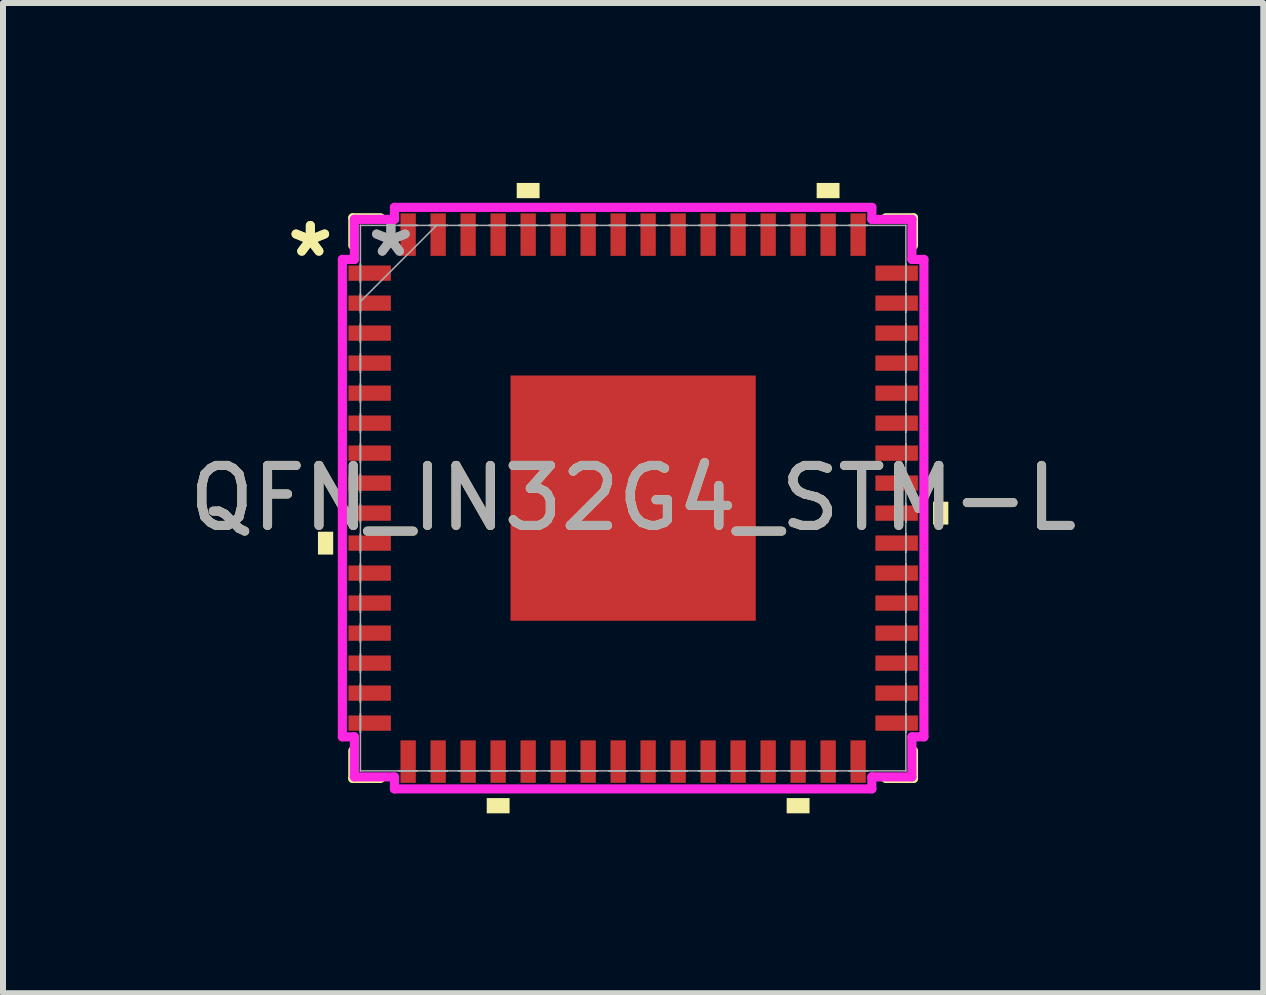
<source format=kicad_pcb>
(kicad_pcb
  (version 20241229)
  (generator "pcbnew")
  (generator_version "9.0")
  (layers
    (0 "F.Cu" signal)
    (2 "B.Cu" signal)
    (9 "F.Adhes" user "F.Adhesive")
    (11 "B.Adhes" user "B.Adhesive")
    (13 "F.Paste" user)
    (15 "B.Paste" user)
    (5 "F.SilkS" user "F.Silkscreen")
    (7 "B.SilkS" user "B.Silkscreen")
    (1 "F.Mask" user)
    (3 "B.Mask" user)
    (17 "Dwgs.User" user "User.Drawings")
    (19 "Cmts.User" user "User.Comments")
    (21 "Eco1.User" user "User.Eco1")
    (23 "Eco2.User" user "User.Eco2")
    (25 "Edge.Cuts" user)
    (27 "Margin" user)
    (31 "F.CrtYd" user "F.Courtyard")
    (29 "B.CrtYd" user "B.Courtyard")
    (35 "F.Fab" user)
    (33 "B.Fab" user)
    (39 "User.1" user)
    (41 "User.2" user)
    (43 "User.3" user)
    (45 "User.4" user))
  (footprint "QFN_IN32G4_STM-L"
    (layer "F.Cu")
    (at 7.506 5.255)
    (property "Reference" "QFN_IN32G4_STM-L" (at 0 0 0) (unlocked yes) (layer "F.SilkS") (effects (font (size 1 1) (thickness 0.15))))
    (attr smd)
    (fp_line (start -4.674 -4.674) (end -4.674 -4.211) (stroke (width 0.152) (type solid)) (layer "F.SilkS"))
    (fp_line (start -4.674 4.211) (end -4.674 4.674) (stroke (width 0.152) (type solid)) (layer "F.SilkS"))
    (fp_line (start -4.674 4.674) (end -4.211 4.674) (stroke (width 0.152) (type solid)) (layer "F.SilkS"))
    (fp_line (start -4.211 -4.674) (end -4.674 -4.674) (stroke (width 0.152) (type solid)) (layer "F.SilkS"))
    (fp_line (start 4.211 4.674) (end 4.674 4.674) (stroke (width 0.152) (type solid)) (layer "F.SilkS"))
    (fp_line (start 4.674 -4.674) (end 4.211 -4.674) (stroke (width 0.152) (type solid)) (layer "F.SilkS"))
    (fp_line (start 4.674 -4.211) (end 4.674 -4.674) (stroke (width 0.152) (type solid)) (layer "F.SilkS"))
    (fp_line (start 4.674 4.674) (end 4.674 4.211) (stroke (width 0.152) (type solid)) (layer "F.SilkS"))
    (fp_poly (pts (xy -5.255 0.56) (xy -5.255 0.941) (xy -5.001 0.941) (xy -5.001 0.56)) (stroke (width 0) (type solid)) (fill yes) (layer "F.SilkS"))
    (fp_poly (pts (xy -2.441 5.001) (xy -2.441 5.255) (xy -2.06 5.255) (xy -2.06 5.001)) (stroke (width 0) (type solid)) (fill yes) (layer "F.SilkS"))
    (fp_poly (pts (xy -1.941 -5.001) (xy -1.941 -5.255) (xy -1.56 -5.255) (xy -1.56 -5.001)) (stroke (width 0) (type solid)) (fill yes) (layer "F.SilkS"))
    (fp_poly (pts (xy 2.56 5.001) (xy 2.56 5.255) (xy 2.941 5.255) (xy 2.941 5.001)) (stroke (width 0) (type solid)) (fill yes) (layer "F.SilkS"))
    (fp_poly (pts (xy 3.06 -5.001) (xy 3.06 -5.255) (xy 3.441 -5.255) (xy 3.441 -5.001)) (stroke (width 0) (type solid)) (fill yes) (layer "F.SilkS"))
    (fp_poly (pts (xy 5.255 0.06) (xy 5.255 0.441) (xy 5.001 0.441) (xy 5.001 0.06)) (stroke (width 0) (type solid)) (fill yes) (layer "F.SilkS"))
    (fp_poly (pts (xy -1.945 -1.945) (xy -1.945 -0.782) (xy -0.782 -0.782) (xy -0.782 -1.945)) (stroke (width 0) (type solid)) (fill yes) (layer "F.Paste"))
    (fp_poly (pts (xy -1.945 -0.582) (xy -1.945 0.582) (xy -0.782 0.582) (xy -0.782 -0.582)) (stroke (width 0) (type solid)) (fill yes) (layer "F.Paste"))
    (fp_poly (pts (xy -1.945 0.782) (xy -1.945 1.945) (xy -0.782 1.945) (xy -0.782 0.782)) (stroke (width 0) (type solid)) (fill yes) (layer "F.Paste"))
    (fp_poly (pts (xy -0.582 -1.945) (xy -0.582 -0.782) (xy 0.582 -0.782) (xy 0.582 -1.945)) (stroke (width 0) (type solid)) (fill yes) (layer "F.Paste"))
    (fp_poly (pts (xy -0.582 -0.582) (xy -0.582 0.582) (xy 0.582 0.582) (xy 0.582 -0.582)) (stroke (width 0) (type solid)) (fill yes) (layer "F.Paste"))
    (fp_poly (pts (xy -0.582 0.782) (xy -0.582 1.945) (xy 0.582 1.945) (xy 0.582 0.782)) (stroke (width 0) (type solid)) (fill yes) (layer "F.Paste"))
    (fp_poly (pts (xy 0.782 -1.945) (xy 0.782 -0.782) (xy 1.945 -0.782) (xy 1.945 -1.945)) (stroke (width 0) (type solid)) (fill yes) (layer "F.Paste"))
    (fp_poly (pts (xy 0.782 -0.582) (xy 0.782 0.582) (xy 1.945 0.582) (xy 1.945 -0.582)) (stroke (width 0) (type solid)) (fill yes) (layer "F.Paste"))
    (fp_poly (pts (xy 0.782 0.782) (xy 0.782 1.945) (xy 1.945 1.945) (xy 1.945 0.782)) (stroke (width 0) (type solid)) (fill yes) (layer "F.Paste"))
    (fp_line (start -4.848 -3.98) (end -4.648 -3.98) (stroke (width 0.152) (type solid)) (layer "F.CrtYd"))
    (fp_line (start -4.848 3.98) (end -4.848 -3.98) (stroke (width 0.152) (type solid)) (layer "F.CrtYd"))
    (fp_line (start -4.648 -4.648) (end -3.98 -4.648) (stroke (width 0.152) (type solid)) (layer "F.CrtYd"))
    (fp_line (start -4.648 -3.98) (end -4.648 -4.648) (stroke (width 0.152) (type solid)) (layer "F.CrtYd"))
    (fp_line (start -4.648 3.98) (end -4.848 3.98) (stroke (width 0.152) (type solid)) (layer "F.CrtYd"))
    (fp_line (start -4.648 4.648) (end -4.648 3.98) (stroke (width 0.152) (type solid)) (layer "F.CrtYd"))
    (fp_line (start -3.98 -4.848) (end 3.98 -4.848) (stroke (width 0.152) (type solid)) (layer "F.CrtYd"))
    (fp_line (start -3.98 -4.648) (end -3.98 -4.848) (stroke (width 0.152) (type solid)) (layer "F.CrtYd"))
    (fp_line (start -3.98 4.648) (end -4.648 4.648) (stroke (width 0.152) (type solid)) (layer "F.CrtYd"))
    (fp_line (start -3.98 4.848) (end -3.98 4.648) (stroke (width 0.152) (type solid)) (layer "F.CrtYd"))
    (fp_line (start 3.98 -4.848) (end 3.98 -4.648) (stroke (width 0.152) (type solid)) (layer "F.CrtYd"))
    (fp_line (start 3.98 -4.648) (end 4.648 -4.648) (stroke (width 0.152) (type solid)) (layer "F.CrtYd"))
    (fp_line (start 3.98 4.648) (end 3.98 4.848) (stroke (width 0.152) (type solid)) (layer "F.CrtYd"))
    (fp_line (start 3.98 4.848) (end -3.98 4.848) (stroke (width 0.152) (type solid)) (layer "F.CrtYd"))
    (fp_line (start 4.648 -4.648) (end 4.648 -3.98) (stroke (width 0.152) (type solid)) (layer "F.CrtYd"))
    (fp_line (start 4.648 -3.98) (end 4.848 -3.98) (stroke (width 0.152) (type solid)) (layer "F.CrtYd"))
    (fp_line (start 4.648 3.98) (end 4.648 4.648) (stroke (width 0.152) (type solid)) (layer "F.CrtYd"))
    (fp_line (start 4.648 4.648) (end 3.98 4.648) (stroke (width 0.152) (type solid)) (layer "F.CrtYd"))
    (fp_line (start 4.848 -3.98) (end 4.848 3.98) (stroke (width 0.152) (type solid)) (layer "F.CrtYd"))
    (fp_line (start 4.848 3.98) (end 4.648 3.98) (stroke (width 0.152) (type solid)) (layer "F.CrtYd"))
    (fp_line (start -4.547 -4.547) (end -4.547 -4.547) (stroke (width 0.025) (type solid)) (layer "F.Fab"))
    (fp_line (start -4.547 -4.547) (end -4.547 4.547) (stroke (width 0.025) (type solid)) (layer "F.Fab"))
    (fp_line (start -4.547 -3.903) (end -4.547 -3.903) (stroke (width 0.025) (type solid)) (layer "F.Fab"))
    (fp_line (start -4.547 -3.903) (end -4.547 -3.599) (stroke (width 0.025) (type solid)) (layer "F.Fab"))
    (fp_line (start -4.547 -3.599) (end -4.547 -3.903) (stroke (width 0.025) (type solid)) (layer "F.Fab"))
    (fp_line (start -4.547 -3.599) (end -4.547 -3.599) (stroke (width 0.025) (type solid)) (layer "F.Fab"))
    (fp_line (start -4.547 -3.403) (end -4.547 -3.403) (stroke (width 0.025) (type solid)) (layer "F.Fab"))
    (fp_line (start -4.547 -3.403) (end -4.547 -3.098) (stroke (width 0.025) (type solid)) (layer "F.Fab"))
    (fp_line (start -4.547 -3.277) (end -3.277 -4.547) (stroke (width 0.025) (type solid)) (layer "F.Fab"))
    (fp_line (start -4.547 -3.098) (end -4.547 -3.403) (stroke (width 0.025) (type solid)) (layer "F.Fab"))
    (fp_line (start -4.547 -3.098) (end -4.547 -3.098) (stroke (width 0.025) (type solid)) (layer "F.Fab"))
    (fp_line (start -4.547 -2.903) (end -4.547 -2.903) (stroke (width 0.025) (type solid)) (layer "F.Fab"))
    (fp_line (start -4.547 -2.903) (end -4.547 -2.598) (stroke (width 0.025) (type solid)) (layer "F.Fab"))
    (fp_line (start -4.547 -2.598) (end -4.547 -2.903) (stroke (width 0.025) (type solid)) (layer "F.Fab"))
    (fp_line (start -4.547 -2.598) (end -4.547 -2.598) (stroke (width 0.025) (type solid)) (layer "F.Fab"))
    (fp_line (start -4.547 -2.403) (end -4.547 -2.403) (stroke (width 0.025) (type solid)) (layer "F.Fab"))
    (fp_line (start -4.547 -2.403) (end -4.547 -2.098) (stroke (width 0.025) (type solid)) (layer "F.Fab"))
    (fp_line (start -4.547 -2.098) (end -4.547 -2.403) (stroke (width 0.025) (type solid)) (layer "F.Fab"))
    (fp_line (start -4.547 -2.098) (end -4.547 -2.098) (stroke (width 0.025) (type solid)) (layer "F.Fab"))
    (fp_line (start -4.547 -1.903) (end -4.547 -1.903) (stroke (width 0.025) (type solid)) (layer "F.Fab"))
    (fp_line (start -4.547 -1.903) (end -4.547 -1.598) (stroke (width 0.025) (type solid)) (layer "F.Fab"))
    (fp_line (start -4.547 -1.598) (end -4.547 -1.903) (stroke (width 0.025) (type solid)) (layer "F.Fab"))
    (fp_line (start -4.547 -1.598) (end -4.547 -1.598) (stroke (width 0.025) (type solid)) (layer "F.Fab"))
    (fp_line (start -4.547 -1.403) (end -4.547 -1.403) (stroke (width 0.025) (type solid)) (layer "F.Fab"))
    (fp_line (start -4.547 -1.403) (end -4.547 -1.098) (stroke (width 0.025) (type solid)) (layer "F.Fab"))
    (fp_line (start -4.547 -1.098) (end -4.547 -1.403) (stroke (width 0.025) (type solid)) (layer "F.Fab"))
    (fp_line (start -4.547 -1.098) (end -4.547 -1.098) (stroke (width 0.025) (type solid)) (layer "F.Fab"))
    (fp_line (start -4.547 -0.903) (end -4.547 -0.903) (stroke (width 0.025) (type solid)) (layer "F.Fab"))
    (fp_line (start -4.547 -0.903) (end -4.547 -0.598) (stroke (width 0.025) (type solid)) (layer "F.Fab"))
    (fp_line (start -4.547 -0.598) (end -4.547 -0.903) (stroke (width 0.025) (type solid)) (layer "F.Fab"))
    (fp_line (start -4.547 -0.598) (end -4.547 -0.598) (stroke (width 0.025) (type solid)) (layer "F.Fab"))
    (fp_line (start -4.547 -0.402) (end -4.547 -0.402) (stroke (width 0.025) (type solid)) (layer "F.Fab"))
    (fp_line (start -4.547 -0.402) (end -4.547 -0.098) (stroke (width 0.025) (type solid)) (layer "F.Fab"))
    (fp_line (start -4.547 -0.098) (end -4.547 -0.402) (stroke (width 0.025) (type solid)) (layer "F.Fab"))
    (fp_line (start -4.547 -0.098) (end -4.547 -0.098) (stroke (width 0.025) (type solid)) (layer "F.Fab"))
    (fp_line (start -4.547 0.098) (end -4.547 0.098) (stroke (width 0.025) (type solid)) (layer "F.Fab"))
    (fp_line (start -4.547 0.098) (end -4.547 0.402) (stroke (width 0.025) (type solid)) (layer "F.Fab"))
    (fp_line (start -4.547 0.402) (end -4.547 0.098) (stroke (width 0.025) (type solid)) (layer "F.Fab"))
    (fp_line (start -4.547 0.402) (end -4.547 0.402) (stroke (width 0.025) (type solid)) (layer "F.Fab"))
    (fp_line (start -4.547 0.598) (end -4.547 0.598) (stroke (width 0.025) (type solid)) (layer "F.Fab"))
    (fp_line (start -4.547 0.598) (end -4.547 0.903) (stroke (width 0.025) (type solid)) (layer "F.Fab"))
    (fp_line (start -4.547 0.903) (end -4.547 0.598) (stroke (width 0.025) (type solid)) (layer "F.Fab"))
    (fp_line (start -4.547 0.903) (end -4.547 0.903) (stroke (width 0.025) (type solid)) (layer "F.Fab"))
    (fp_line (start -4.547 1.098) (end -4.547 1.098) (stroke (width 0.025) (type solid)) (layer "F.Fab"))
    (fp_line (start -4.547 1.098) (end -4.547 1.403) (stroke (width 0.025) (type solid)) (layer "F.Fab"))
    (fp_line (start -4.547 1.403) (end -4.547 1.098) (stroke (width 0.025) (type solid)) (layer "F.Fab"))
    (fp_line (start -4.547 1.403) (end -4.547 1.403) (stroke (width 0.025) (type solid)) (layer "F.Fab"))
    (fp_line (start -4.547 1.598) (end -4.547 1.598) (stroke (width 0.025) (type solid)) (layer "F.Fab"))
    (fp_line (start -4.547 1.598) (end -4.547 1.903) (stroke (width 0.025) (type solid)) (layer "F.Fab"))
    (fp_line (start -4.547 1.903) (end -4.547 1.598) (stroke (width 0.025) (type solid)) (layer "F.Fab"))
    (fp_line (start -4.547 1.903) (end -4.547 1.903) (stroke (width 0.025) (type solid)) (layer "F.Fab"))
    (fp_line (start -4.547 2.098) (end -4.547 2.098) (stroke (width 0.025) (type solid)) (layer "F.Fab"))
    (fp_line (start -4.547 2.098) (end -4.547 2.403) (stroke (width 0.025) (type solid)) (layer "F.Fab"))
    (fp_line (start -4.547 2.403) (end -4.547 2.098) (stroke (width 0.025) (type solid)) (layer "F.Fab"))
    (fp_line (start -4.547 2.403) (end -4.547 2.403) (stroke (width 0.025) (type solid)) (layer "F.Fab"))
    (fp_line (start -4.547 2.598) (end -4.547 2.598) (stroke (width 0.025) (type solid)) (layer "F.Fab"))
    (fp_line (start -4.547 2.598) (end -4.547 2.903) (stroke (width 0.025) (type solid)) (layer "F.Fab"))
    (fp_line (start -4.547 2.903) (end -4.547 2.598) (stroke (width 0.025) (type solid)) (layer "F.Fab"))
    (fp_line (start -4.547 2.903) (end -4.547 2.903) (stroke (width 0.025) (type solid)) (layer "F.Fab"))
    (fp_line (start -4.547 3.098) (end -4.547 3.098) (stroke (width 0.025) (type solid)) (layer "F.Fab"))
    (fp_line (start -4.547 3.098) (end -4.547 3.403) (stroke (width 0.025) (type solid)) (layer "F.Fab"))
    (fp_line (start -4.547 3.403) (end -4.547 3.098) (stroke (width 0.025) (type solid)) (layer "F.Fab"))
    (fp_line (start -4.547 3.403) (end -4.547 3.403) (stroke (width 0.025) (type solid)) (layer "F.Fab"))
    (fp_line (start -4.547 3.599) (end -4.547 3.599) (stroke (width 0.025) (type solid)) (layer "F.Fab"))
    (fp_line (start -4.547 3.599) (end -4.547 3.903) (stroke (width 0.025) (type solid)) (layer "F.Fab"))
    (fp_line (start -4.547 3.903) (end -4.547 3.599) (stroke (width 0.025) (type solid)) (layer "F.Fab"))
    (fp_line (start -4.547 3.903) (end -4.547 3.903) (stroke (width 0.025) (type solid)) (layer "F.Fab"))
    (fp_line (start -4.547 4.547) (end -4.547 4.547) (stroke (width 0.025) (type solid)) (layer "F.Fab"))
    (fp_line (start -4.547 4.547) (end 4.547 4.547) (stroke (width 0.025) (type solid)) (layer "F.Fab"))
    (fp_line (start -3.903 -4.547) (end -3.903 -4.547) (stroke (width 0.025) (type solid)) (layer "F.Fab"))
    (fp_line (start -3.903 -4.547) (end -3.599 -4.547) (stroke (width 0.025) (type solid)) (layer "F.Fab"))
    (fp_line (start -3.903 4.547) (end -3.903 4.547) (stroke (width 0.025) (type solid)) (layer "F.Fab"))
    (fp_line (start -3.903 4.547) (end -3.599 4.547) (stroke (width 0.025) (type solid)) (layer "F.Fab"))
    (fp_line (start -3.599 -4.547) (end -3.903 -4.547) (stroke (width 0.025) (type solid)) (layer "F.Fab"))
    (fp_line (start -3.599 -4.547) (end -3.599 -4.547) (stroke (width 0.025) (type solid)) (layer "F.Fab"))
    (fp_line (start -3.599 4.547) (end -3.903 4.547) (stroke (width 0.025) (type solid)) (layer "F.Fab"))
    (fp_line (start -3.599 4.547) (end -3.599 4.547) (stroke (width 0.025) (type solid)) (layer "F.Fab"))
    (fp_line (start -3.403 -4.547) (end -3.403 -4.547) (stroke (width 0.025) (type solid)) (layer "F.Fab"))
    (fp_line (start -3.403 -4.547) (end -3.098 -4.547) (stroke (width 0.025) (type solid)) (layer "F.Fab"))
    (fp_line (start -3.403 4.547) (end -3.403 4.547) (stroke (width 0.025) (type solid)) (layer "F.Fab"))
    (fp_line (start -3.403 4.547) (end -3.098 4.547) (stroke (width 0.025) (type solid)) (layer "F.Fab"))
    (fp_line (start -3.098 -4.547) (end -3.403 -4.547) (stroke (width 0.025) (type solid)) (layer "F.Fab"))
    (fp_line (start -3.098 -4.547) (end -3.098 -4.547) (stroke (width 0.025) (type solid)) (layer "F.Fab"))
    (fp_line (start -3.098 4.547) (end -3.403 4.547) (stroke (width 0.025) (type solid)) (layer "F.Fab"))
    (fp_line (start -3.098 4.547) (end -3.098 4.547) (stroke (width 0.025) (type solid)) (layer "F.Fab"))
    (fp_line (start -2.903 -4.547) (end -2.903 -4.547) (stroke (width 0.025) (type solid)) (layer "F.Fab"))
    (fp_line (start -2.903 -4.547) (end -2.598 -4.547) (stroke (width 0.025) (type solid)) (layer "F.Fab"))
    (fp_line (start -2.903 4.547) (end -2.903 4.547) (stroke (width 0.025) (type solid)) (layer "F.Fab"))
    (fp_line (start -2.903 4.547) (end -2.598 4.547) (stroke (width 0.025) (type solid)) (layer "F.Fab"))
    (fp_line (start -2.598 -4.547) (end -2.903 -4.547) (stroke (width 0.025) (type solid)) (layer "F.Fab"))
    (fp_line (start -2.598 -4.547) (end -2.598 -4.547) (stroke (width 0.025) (type solid)) (layer "F.Fab"))
    (fp_line (start -2.598 4.547) (end -2.903 4.547) (stroke (width 0.025) (type solid)) (layer "F.Fab"))
    (fp_line (start -2.598 4.547) (end -2.598 4.547) (stroke (width 0.025) (type solid)) (layer "F.Fab"))
    (fp_line (start -2.403 -4.547) (end -2.403 -4.547) (stroke (width 0.025) (type solid)) (layer "F.Fab"))
    (fp_line (start -2.403 -4.547) (end -2.098 -4.547) (stroke (width 0.025) (type solid)) (layer "F.Fab"))
    (fp_line (start -2.403 4.547) (end -2.403 4.547) (stroke (width 0.025) (type solid)) (layer "F.Fab"))
    (fp_line (start -2.403 4.547) (end -2.098 4.547) (stroke (width 0.025) (type solid)) (layer "F.Fab"))
    (fp_line (start -2.098 -4.547) (end -2.403 -4.547) (stroke (width 0.025) (type solid)) (layer "F.Fab"))
    (fp_line (start -2.098 -4.547) (end -2.098 -4.547) (stroke (width 0.025) (type solid)) (layer "F.Fab"))
    (fp_line (start -2.098 4.547) (end -2.403 4.547) (stroke (width 0.025) (type solid)) (layer "F.Fab"))
    (fp_line (start -2.098 4.547) (end -2.098 4.547) (stroke (width 0.025) (type solid)) (layer "F.Fab"))
    (fp_line (start -1.903 -4.547) (end -1.903 -4.547) (stroke (width 0.025) (type solid)) (layer "F.Fab"))
    (fp_line (start -1.903 -4.547) (end -1.598 -4.547) (stroke (width 0.025) (type solid)) (layer "F.Fab"))
    (fp_line (start -1.903 4.547) (end -1.903 4.547) (stroke (width 0.025) (type solid)) (layer "F.Fab"))
    (fp_line (start -1.903 4.547) (end -1.598 4.547) (stroke (width 0.025) (type solid)) (layer "F.Fab"))
    (fp_line (start -1.598 -4.547) (end -1.903 -4.547) (stroke (width 0.025) (type solid)) (layer "F.Fab"))
    (fp_line (start -1.598 -4.547) (end -1.598 -4.547) (stroke (width 0.025) (type solid)) (layer "F.Fab"))
    (fp_line (start -1.598 4.547) (end -1.903 4.547) (stroke (width 0.025) (type solid)) (layer "F.Fab"))
    (fp_line (start -1.598 4.547) (end -1.598 4.547) (stroke (width 0.025) (type solid)) (layer "F.Fab"))
    (fp_line (start -1.403 -4.547) (end -1.403 -4.547) (stroke (width 0.025) (type solid)) (layer "F.Fab"))
    (fp_line (start -1.403 -4.547) (end -1.098 -4.547) (stroke (width 0.025) (type solid)) (layer "F.Fab"))
    (fp_line (start -1.403 4.547) (end -1.403 4.547) (stroke (width 0.025) (type solid)) (layer "F.Fab"))
    (fp_line (start -1.403 4.547) (end -1.098 4.547) (stroke (width 0.025) (type solid)) (layer "F.Fab"))
    (fp_line (start -1.098 -4.547) (end -1.403 -4.547) (stroke (width 0.025) (type solid)) (layer "F.Fab"))
    (fp_line (start -1.098 -4.547) (end -1.098 -4.547) (stroke (width 0.025) (type solid)) (layer "F.Fab"))
    (fp_line (start -1.098 4.547) (end -1.403 4.547) (stroke (width 0.025) (type solid)) (layer "F.Fab"))
    (fp_line (start -1.098 4.547) (end -1.098 4.547) (stroke (width 0.025) (type solid)) (layer "F.Fab"))
    (fp_line (start -0.903 -4.547) (end -0.903 -4.547) (stroke (width 0.025) (type solid)) (layer "F.Fab"))
    (fp_line (start -0.903 -4.547) (end -0.598 -4.547) (stroke (width 0.025) (type solid)) (layer "F.Fab"))
    (fp_line (start -0.903 4.547) (end -0.903 4.547) (stroke (width 0.025) (type solid)) (layer "F.Fab"))
    (fp_line (start -0.903 4.547) (end -0.598 4.547) (stroke (width 0.025) (type solid)) (layer "F.Fab"))
    (fp_line (start -0.598 -4.547) (end -0.903 -4.547) (stroke (width 0.025) (type solid)) (layer "F.Fab"))
    (fp_line (start -0.598 -4.547) (end -0.598 -4.547) (stroke (width 0.025) (type solid)) (layer "F.Fab"))
    (fp_line (start -0.598 4.547) (end -0.903 4.547) (stroke (width 0.025) (type solid)) (layer "F.Fab"))
    (fp_line (start -0.598 4.547) (end -0.598 4.547) (stroke (width 0.025) (type solid)) (layer "F.Fab"))
    (fp_line (start -0.402 -4.547) (end -0.402 -4.547) (stroke (width 0.025) (type solid)) (layer "F.Fab"))
    (fp_line (start -0.402 -4.547) (end -0.098 -4.547) (stroke (width 0.025) (type solid)) (layer "F.Fab"))
    (fp_line (start -0.402 4.547) (end -0.402 4.547) (stroke (width 0.025) (type solid)) (layer "F.Fab"))
    (fp_line (start -0.402 4.547) (end -0.098 4.547) (stroke (width 0.025) (type solid)) (layer "F.Fab"))
    (fp_line (start -0.098 -4.547) (end -0.402 -4.547) (stroke (width 0.025) (type solid)) (layer "F.Fab"))
    (fp_line (start -0.098 -4.547) (end -0.098 -4.547) (stroke (width 0.025) (type solid)) (layer "F.Fab"))
    (fp_line (start -0.098 4.547) (end -0.402 4.547) (stroke (width 0.025) (type solid)) (layer "F.Fab"))
    (fp_line (start -0.098 4.547) (end -0.098 4.547) (stroke (width 0.025) (type solid)) (layer "F.Fab"))
    (fp_line (start 0.098 -4.547) (end 0.098 -4.547) (stroke (width 0.025) (type solid)) (layer "F.Fab"))
    (fp_line (start 0.098 -4.547) (end 0.402 -4.547) (stroke (width 0.025) (type solid)) (layer "F.Fab"))
    (fp_line (start 0.098 4.547) (end 0.098 4.547) (stroke (width 0.025) (type solid)) (layer "F.Fab"))
    (fp_line (start 0.098 4.547) (end 0.402 4.547) (stroke (width 0.025) (type solid)) (layer "F.Fab"))
    (fp_line (start 0.402 -4.547) (end 0.098 -4.547) (stroke (width 0.025) (type solid)) (layer "F.Fab"))
    (fp_line (start 0.402 -4.547) (end 0.402 -4.547) (stroke (width 0.025) (type solid)) (layer "F.Fab"))
    (fp_line (start 0.402 4.547) (end 0.098 4.547) (stroke (width 0.025) (type solid)) (layer "F.Fab"))
    (fp_line (start 0.402 4.547) (end 0.402 4.547) (stroke (width 0.025) (type solid)) (layer "F.Fab"))
    (fp_line (start 0.598 -4.547) (end 0.598 -4.547) (stroke (width 0.025) (type solid)) (layer "F.Fab"))
    (fp_line (start 0.598 -4.547) (end 0.903 -4.547) (stroke (width 0.025) (type solid)) (layer "F.Fab"))
    (fp_line (start 0.598 4.547) (end 0.598 4.547) (stroke (width 0.025) (type solid)) (layer "F.Fab"))
    (fp_line (start 0.598 4.547) (end 0.903 4.547) (stroke (width 0.025) (type solid)) (layer "F.Fab"))
    (fp_line (start 0.903 -4.547) (end 0.598 -4.547) (stroke (width 0.025) (type solid)) (layer "F.Fab"))
    (fp_line (start 0.903 -4.547) (end 0.903 -4.547) (stroke (width 0.025) (type solid)) (layer "F.Fab"))
    (fp_line (start 0.903 4.547) (end 0.598 4.547) (stroke (width 0.025) (type solid)) (layer "F.Fab"))
    (fp_line (start 0.903 4.547) (end 0.903 4.547) (stroke (width 0.025) (type solid)) (layer "F.Fab"))
    (fp_line (start 1.098 -4.547) (end 1.098 -4.547) (stroke (width 0.025) (type solid)) (layer "F.Fab"))
    (fp_line (start 1.098 -4.547) (end 1.403 -4.547) (stroke (width 0.025) (type solid)) (layer "F.Fab"))
    (fp_line (start 1.098 4.547) (end 1.098 4.547) (stroke (width 0.025) (type solid)) (layer "F.Fab"))
    (fp_line (start 1.098 4.547) (end 1.403 4.547) (stroke (width 0.025) (type solid)) (layer "F.Fab"))
    (fp_line (start 1.403 -4.547) (end 1.098 -4.547) (stroke (width 0.025) (type solid)) (layer "F.Fab"))
    (fp_line (start 1.403 -4.547) (end 1.403 -4.547) (stroke (width 0.025) (type solid)) (layer "F.Fab"))
    (fp_line (start 1.403 4.547) (end 1.098 4.547) (stroke (width 0.025) (type solid)) (layer "F.Fab"))
    (fp_line (start 1.403 4.547) (end 1.403 4.547) (stroke (width 0.025) (type solid)) (layer "F.Fab"))
    (fp_line (start 1.598 -4.547) (end 1.598 -4.547) (stroke (width 0.025) (type solid)) (layer "F.Fab"))
    (fp_line (start 1.598 -4.547) (end 1.903 -4.547) (stroke (width 0.025) (type solid)) (layer "F.Fab"))
    (fp_line (start 1.598 4.547) (end 1.598 4.547) (stroke (width 0.025) (type solid)) (layer "F.Fab"))
    (fp_line (start 1.598 4.547) (end 1.903 4.547) (stroke (width 0.025) (type solid)) (layer "F.Fab"))
    (fp_line (start 1.903 -4.547) (end 1.598 -4.547) (stroke (width 0.025) (type solid)) (layer "F.Fab"))
    (fp_line (start 1.903 -4.547) (end 1.903 -4.547) (stroke (width 0.025) (type solid)) (layer "F.Fab"))
    (fp_line (start 1.903 4.547) (end 1.598 4.547) (stroke (width 0.025) (type solid)) (layer "F.Fab"))
    (fp_line (start 1.903 4.547) (end 1.903 4.547) (stroke (width 0.025) (type solid)) (layer "F.Fab"))
    (fp_line (start 2.098 -4.547) (end 2.098 -4.547) (stroke (width 0.025) (type solid)) (layer "F.Fab"))
    (fp_line (start 2.098 -4.547) (end 2.403 -4.547) (stroke (width 0.025) (type solid)) (layer "F.Fab"))
    (fp_line (start 2.098 4.547) (end 2.098 4.547) (stroke (width 0.025) (type solid)) (layer "F.Fab"))
    (fp_line (start 2.098 4.547) (end 2.403 4.547) (stroke (width 0.025) (type solid)) (layer "F.Fab"))
    (fp_line (start 2.403 -4.547) (end 2.098 -4.547) (stroke (width 0.025) (type solid)) (layer "F.Fab"))
    (fp_line (start 2.403 -4.547) (end 2.403 -4.547) (stroke (width 0.025) (type solid)) (layer "F.Fab"))
    (fp_line (start 2.403 4.547) (end 2.098 4.547) (stroke (width 0.025) (type solid)) (layer "F.Fab"))
    (fp_line (start 2.403 4.547) (end 2.403 4.547) (stroke (width 0.025) (type solid)) (layer "F.Fab"))
    (fp_line (start 2.598 -4.547) (end 2.598 -4.547) (stroke (width 0.025) (type solid)) (layer "F.Fab"))
    (fp_line (start 2.598 -4.547) (end 2.903 -4.547) (stroke (width 0.025) (type solid)) (layer "F.Fab"))
    (fp_line (start 2.598 4.547) (end 2.598 4.547) (stroke (width 0.025) (type solid)) (layer "F.Fab"))
    (fp_line (start 2.598 4.547) (end 2.903 4.547) (stroke (width 0.025) (type solid)) (layer "F.Fab"))
    (fp_line (start 2.903 -4.547) (end 2.598 -4.547) (stroke (width 0.025) (type solid)) (layer "F.Fab"))
    (fp_line (start 2.903 -4.547) (end 2.903 -4.547) (stroke (width 0.025) (type solid)) (layer "F.Fab"))
    (fp_line (start 2.903 4.547) (end 2.598 4.547) (stroke (width 0.025) (type solid)) (layer "F.Fab"))
    (fp_line (start 2.903 4.547) (end 2.903 4.547) (stroke (width 0.025) (type solid)) (layer "F.Fab"))
    (fp_line (start 3.098 -4.547) (end 3.098 -4.547) (stroke (width 0.025) (type solid)) (layer "F.Fab"))
    (fp_line (start 3.098 -4.547) (end 3.403 -4.547) (stroke (width 0.025) (type solid)) (layer "F.Fab"))
    (fp_line (start 3.098 4.547) (end 3.098 4.547) (stroke (width 0.025) (type solid)) (layer "F.Fab"))
    (fp_line (start 3.098 4.547) (end 3.403 4.547) (stroke (width 0.025) (type solid)) (layer "F.Fab"))
    (fp_line (start 3.403 -4.547) (end 3.098 -4.547) (stroke (width 0.025) (type solid)) (layer "F.Fab"))
    (fp_line (start 3.403 -4.547) (end 3.403 -4.547) (stroke (width 0.025) (type solid)) (layer "F.Fab"))
    (fp_line (start 3.403 4.547) (end 3.098 4.547) (stroke (width 0.025) (type solid)) (layer "F.Fab"))
    (fp_line (start 3.403 4.547) (end 3.403 4.547) (stroke (width 0.025) (type solid)) (layer "F.Fab"))
    (fp_line (start 3.599 -4.547) (end 3.599 -4.547) (stroke (width 0.025) (type solid)) (layer "F.Fab"))
    (fp_line (start 3.599 -4.547) (end 3.903 -4.547) (stroke (width 0.025) (type solid)) (layer "F.Fab"))
    (fp_line (start 3.599 4.547) (end 3.599 4.547) (stroke (width 0.025) (type solid)) (layer "F.Fab"))
    (fp_line (start 3.599 4.547) (end 3.903 4.547) (stroke (width 0.025) (type solid)) (layer "F.Fab"))
    (fp_line (start 3.903 -4.547) (end 3.599 -4.547) (stroke (width 0.025) (type solid)) (layer "F.Fab"))
    (fp_line (start 3.903 -4.547) (end 3.903 -4.547) (stroke (width 0.025) (type solid)) (layer "F.Fab"))
    (fp_line (start 3.903 4.547) (end 3.599 4.547) (stroke (width 0.025) (type solid)) (layer "F.Fab"))
    (fp_line (start 3.903 4.547) (end 3.903 4.547) (stroke (width 0.025) (type solid)) (layer "F.Fab"))
    (fp_line (start 4.547 -4.547) (end -4.547 -4.547) (stroke (width 0.025) (type solid)) (layer "F.Fab"))
    (fp_line (start 4.547 -4.547) (end 4.547 -4.547) (stroke (width 0.025) (type solid)) (layer "F.Fab"))
    (fp_line (start 4.547 -3.903) (end 4.547 -3.903) (stroke (width 0.025) (type solid)) (layer "F.Fab"))
    (fp_line (start 4.547 -3.903) (end 4.547 -3.599) (stroke (width 0.025) (type solid)) (layer "F.Fab"))
    (fp_line (start 4.547 -3.599) (end 4.547 -3.903) (stroke (width 0.025) (type solid)) (layer "F.Fab"))
    (fp_line (start 4.547 -3.599) (end 4.547 -3.599) (stroke (width 0.025) (type solid)) (layer "F.Fab"))
    (fp_line (start 4.547 -3.403) (end 4.547 -3.403) (stroke (width 0.025) (type solid)) (layer "F.Fab"))
    (fp_line (start 4.547 -3.403) (end 4.547 -3.098) (stroke (width 0.025) (type solid)) (layer "F.Fab"))
    (fp_line (start 4.547 -3.098) (end 4.547 -3.403) (stroke (width 0.025) (type solid)) (layer "F.Fab"))
    (fp_line (start 4.547 -3.098) (end 4.547 -3.098) (stroke (width 0.025) (type solid)) (layer "F.Fab"))
    (fp_line (start 4.547 -2.903) (end 4.547 -2.903) (stroke (width 0.025) (type solid)) (layer "F.Fab"))
    (fp_line (start 4.547 -2.903) (end 4.547 -2.598) (stroke (width 0.025) (type solid)) (layer "F.Fab"))
    (fp_line (start 4.547 -2.598) (end 4.547 -2.903) (stroke (width 0.025) (type solid)) (layer "F.Fab"))
    (fp_line (start 4.547 -2.598) (end 4.547 -2.598) (stroke (width 0.025) (type solid)) (layer "F.Fab"))
    (fp_line (start 4.547 -2.403) (end 4.547 -2.403) (stroke (width 0.025) (type solid)) (layer "F.Fab"))
    (fp_line (start 4.547 -2.403) (end 4.547 -2.098) (stroke (width 0.025) (type solid)) (layer "F.Fab"))
    (fp_line (start 4.547 -2.098) (end 4.547 -2.403) (stroke (width 0.025) (type solid)) (layer "F.Fab"))
    (fp_line (start 4.547 -2.098) (end 4.547 -2.098) (stroke (width 0.025) (type solid)) (layer "F.Fab"))
    (fp_line (start 4.547 -1.903) (end 4.547 -1.903) (stroke (width 0.025) (type solid)) (layer "F.Fab"))
    (fp_line (start 4.547 -1.903) (end 4.547 -1.598) (stroke (width 0.025) (type solid)) (layer "F.Fab"))
    (fp_line (start 4.547 -1.598) (end 4.547 -1.903) (stroke (width 0.025) (type solid)) (layer "F.Fab"))
    (fp_line (start 4.547 -1.598) (end 4.547 -1.598) (stroke (width 0.025) (type solid)) (layer "F.Fab"))
    (fp_line (start 4.547 -1.403) (end 4.547 -1.403) (stroke (width 0.025) (type solid)) (layer "F.Fab"))
    (fp_line (start 4.547 -1.403) (end 4.547 -1.098) (stroke (width 0.025) (type solid)) (layer "F.Fab"))
    (fp_line (start 4.547 -1.098) (end 4.547 -1.403) (stroke (width 0.025) (type solid)) (layer "F.Fab"))
    (fp_line (start 4.547 -1.098) (end 4.547 -1.098) (stroke (width 0.025) (type solid)) (layer "F.Fab"))
    (fp_line (start 4.547 -0.903) (end 4.547 -0.903) (stroke (width 0.025) (type solid)) (layer "F.Fab"))
    (fp_line (start 4.547 -0.903) (end 4.547 -0.598) (stroke (width 0.025) (type solid)) (layer "F.Fab"))
    (fp_line (start 4.547 -0.598) (end 4.547 -0.903) (stroke (width 0.025) (type solid)) (layer "F.Fab"))
    (fp_line (start 4.547 -0.598) (end 4.547 -0.598) (stroke (width 0.025) (type solid)) (layer "F.Fab"))
    (fp_line (start 4.547 -0.402) (end 4.547 -0.402) (stroke (width 0.025) (type solid)) (layer "F.Fab"))
    (fp_line (start 4.547 -0.402) (end 4.547 -0.098) (stroke (width 0.025) (type solid)) (layer "F.Fab"))
    (fp_line (start 4.547 -0.098) (end 4.547 -0.402) (stroke (width 0.025) (type solid)) (layer "F.Fab"))
    (fp_line (start 4.547 -0.098) (end 4.547 -0.098) (stroke (width 0.025) (type solid)) (layer "F.Fab"))
    (fp_line (start 4.547 0.098) (end 4.547 0.098) (stroke (width 0.025) (type solid)) (layer "F.Fab"))
    (fp_line (start 4.547 0.098) (end 4.547 0.402) (stroke (width 0.025) (type solid)) (layer "F.Fab"))
    (fp_line (start 4.547 0.402) (end 4.547 0.098) (stroke (width 0.025) (type solid)) (layer "F.Fab"))
    (fp_line (start 4.547 0.402) (end 4.547 0.402) (stroke (width 0.025) (type solid)) (layer "F.Fab"))
    (fp_line (start 4.547 0.598) (end 4.547 0.598) (stroke (width 0.025) (type solid)) (layer "F.Fab"))
    (fp_line (start 4.547 0.598) (end 4.547 0.903) (stroke (width 0.025) (type solid)) (layer "F.Fab"))
    (fp_line (start 4.547 0.903) (end 4.547 0.598) (stroke (width 0.025) (type solid)) (layer "F.Fab"))
    (fp_line (start 4.547 0.903) (end 4.547 0.903) (stroke (width 0.025) (type solid)) (layer "F.Fab"))
    (fp_line (start 4.547 1.098) (end 4.547 1.098) (stroke (width 0.025) (type solid)) (layer "F.Fab"))
    (fp_line (start 4.547 1.098) (end 4.547 1.403) (stroke (width 0.025) (type solid)) (layer "F.Fab"))
    (fp_line (start 4.547 1.403) (end 4.547 1.098) (stroke (width 0.025) (type solid)) (layer "F.Fab"))
    (fp_line (start 4.547 1.403) (end 4.547 1.403) (stroke (width 0.025) (type solid)) (layer "F.Fab"))
    (fp_line (start 4.547 1.598) (end 4.547 1.598) (stroke (width 0.025) (type solid)) (layer "F.Fab"))
    (fp_line (start 4.547 1.598) (end 4.547 1.903) (stroke (width 0.025) (type solid)) (layer "F.Fab"))
    (fp_line (start 4.547 1.903) (end 4.547 1.598) (stroke (width 0.025) (type solid)) (layer "F.Fab"))
    (fp_line (start 4.547 1.903) (end 4.547 1.903) (stroke (width 0.025) (type solid)) (layer "F.Fab"))
    (fp_line (start 4.547 2.098) (end 4.547 2.098) (stroke (width 0.025) (type solid)) (layer "F.Fab"))
    (fp_line (start 4.547 2.098) (end 4.547 2.403) (stroke (width 0.025) (type solid)) (layer "F.Fab"))
    (fp_line (start 4.547 2.403) (end 4.547 2.098) (stroke (width 0.025) (type solid)) (layer "F.Fab"))
    (fp_line (start 4.547 2.403) (end 4.547 2.403) (stroke (width 0.025) (type solid)) (layer "F.Fab"))
    (fp_line (start 4.547 2.598) (end 4.547 2.598) (stroke (width 0.025) (type solid)) (layer "F.Fab"))
    (fp_line (start 4.547 2.598) (end 4.547 2.903) (stroke (width 0.025) (type solid)) (layer "F.Fab"))
    (fp_line (start 4.547 2.903) (end 4.547 2.598) (stroke (width 0.025) (type solid)) (layer "F.Fab"))
    (fp_line (start 4.547 2.903) (end 4.547 2.903) (stroke (width 0.025) (type solid)) (layer "F.Fab"))
    (fp_line (start 4.547 3.098) (end 4.547 3.098) (stroke (width 0.025) (type solid)) (layer "F.Fab"))
    (fp_line (start 4.547 3.098) (end 4.547 3.403) (stroke (width 0.025) (type solid)) (layer "F.Fab"))
    (fp_line (start 4.547 3.403) (end 4.547 3.098) (stroke (width 0.025) (type solid)) (layer "F.Fab"))
    (fp_line (start 4.547 3.403) (end 4.547 3.403) (stroke (width 0.025) (type solid)) (layer "F.Fab"))
    (fp_line (start 4.547 3.599) (end 4.547 3.599) (stroke (width 0.025) (type solid)) (layer "F.Fab"))
    (fp_line (start 4.547 3.599) (end 4.547 3.903) (stroke (width 0.025) (type solid)) (layer "F.Fab"))
    (fp_line (start 4.547 3.903) (end 4.547 3.599) (stroke (width 0.025) (type solid)) (layer "F.Fab"))
    (fp_line (start 4.547 3.903) (end 4.547 3.903) (stroke (width 0.025) (type solid)) (layer "F.Fab"))
    (fp_line (start 4.547 4.547) (end 4.547 -4.547) (stroke (width 0.025) (type solid)) (layer "F.Fab"))
    (fp_line (start 4.547 4.547) (end 4.547 4.547) (stroke (width 0.025) (type solid)) (layer "F.Fab"))
    (fp_text user "*" (at -5.382 -4.001 0) (unlocked yes) (layer "F.SilkS") (effects (font (size 1 1) (thickness 0.15))))
    (fp_text user "*" (at -5.382 -4.001 0) (layer "F.SilkS") (effects (font (size 1 1) (thickness 0.15))))
    (fp_text user "${REFERENCE}" (at 0 0 0) (unlocked yes) (layer "F.Fab") (effects (font (size 1 1) (thickness 0.15))))
    (fp_text user "*" (at -4.039 -4.001 0) (unlocked yes) (layer "F.Fab") (effects (font (size 1 1) (thickness 0.15))))
    (fp_text user "*" (at -4.039 -4.001 0) (layer "F.Fab") (effects (font (size 1 1) (thickness 0.15))))
    (pad "1" smd rect (at -4.393 -3.751 90) (size 0.255 0.708) (layers "F.Cu" "F.Mask" "F.Paste"))
    (pad "2" smd rect (at -4.393 -3.251 90) (size 0.255 0.708) (layers "F.Cu" "F.Mask" "F.Paste"))
    (pad "3" smd rect (at -4.393 -2.751 90) (size 0.255 0.708) (layers "F.Cu" "F.Mask" "F.Paste"))
    (pad "4" smd rect (at -4.393 -2.251 90) (size 0.255 0.708) (layers "F.Cu" "F.Mask" "F.Paste"))
    (pad "5" smd rect (at -4.393 -1.75 90) (size 0.255 0.708) (layers "F.Cu" "F.Mask" "F.Paste"))
    (pad "6" smd rect (at -4.393 -1.25 90) (size 0.255 0.708) (layers "F.Cu" "F.Mask" "F.Paste"))
    (pad "7" smd rect (at -4.393 -0.75 90) (size 0.255 0.708) (layers "F.Cu" "F.Mask" "F.Paste"))
    (pad "8" smd rect (at -4.393 -0.25 90) (size 0.255 0.708) (layers "F.Cu" "F.Mask" "F.Paste"))
    (pad "9" smd rect (at -4.393 0.25 90) (size 0.255 0.708) (layers "F.Cu" "F.Mask" "F.Paste"))
    (pad "10" smd rect (at -4.393 0.75 90) (size 0.255 0.708) (layers "F.Cu" "F.Mask" "F.Paste"))
    (pad "11" smd rect (at -4.393 1.25 90) (size 0.255 0.708) (layers "F.Cu" "F.Mask" "F.Paste"))
    (pad "12" smd rect (at -4.393 1.75 90) (size 0.255 0.708) (layers "F.Cu" "F.Mask" "F.Paste"))
    (pad "13" smd rect (at -4.393 2.251 90) (size 0.255 0.708) (layers "F.Cu" "F.Mask" "F.Paste"))
    (pad "14" smd rect (at -4.393 2.751 90) (size 0.255 0.708) (layers "F.Cu" "F.Mask" "F.Paste"))
    (pad "15" smd rect (at -4.393 3.251 90) (size 0.255 0.708) (layers "F.Cu" "F.Mask" "F.Paste"))
    (pad "16" smd rect (at -4.393 3.751 90) (size 0.255 0.708) (layers "F.Cu" "F.Mask" "F.Paste"))
    (pad "17" smd rect (at -3.751 4.393) (size 0.255 0.708) (layers "F.Cu" "F.Mask" "F.Paste"))
    (pad "18" smd rect (at -3.251 4.393) (size 0.255 0.708) (layers "F.Cu" "F.Mask" "F.Paste"))
    (pad "19" smd rect (at -2.751 4.393) (size 0.255 0.708) (layers "F.Cu" "F.Mask" "F.Paste"))
    (pad "20" smd rect (at -2.251 4.393) (size 0.255 0.708) (layers "F.Cu" "F.Mask" "F.Paste"))
    (pad "21" smd rect (at -1.75 4.393) (size 0.255 0.708) (layers "F.Cu" "F.Mask" "F.Paste"))
    (pad "22" smd rect (at -1.25 4.393) (size 0.255 0.708) (layers "F.Cu" "F.Mask" "F.Paste"))
    (pad "23" smd rect (at -0.75 4.393) (size 0.255 0.708) (layers "F.Cu" "F.Mask" "F.Paste"))
    (pad "24" smd rect (at -0.25 4.393) (size 0.255 0.708) (layers "F.Cu" "F.Mask" "F.Paste"))
    (pad "25" smd rect (at 0.25 4.393) (size 0.255 0.708) (layers "F.Cu" "F.Mask" "F.Paste"))
    (pad "26" smd rect (at 0.75 4.393) (size 0.255 0.708) (layers "F.Cu" "F.Mask" "F.Paste"))
    (pad "27" smd rect (at 1.25 4.393) (size 0.255 0.708) (layers "F.Cu" "F.Mask" "F.Paste"))
    (pad "28" smd rect (at 1.75 4.393) (size 0.255 0.708) (layers "F.Cu" "F.Mask" "F.Paste"))
    (pad "29" smd rect (at 2.251 4.393) (size 0.255 0.708) (layers "F.Cu" "F.Mask" "F.Paste"))
    (pad "30" smd rect (at 2.751 4.393) (size 0.255 0.708) (layers "F.Cu" "F.Mask" "F.Paste"))
    (pad "31" smd rect (at 3.251 4.393) (size 0.255 0.708) (layers "F.Cu" "F.Mask" "F.Paste"))
    (pad "32" smd rect (at 3.751 4.393) (size 0.255 0.708) (layers "F.Cu" "F.Mask" "F.Paste"))
    (pad "33" smd rect (at 4.393 3.751 90) (size 0.255 0.708) (layers "F.Cu" "F.Mask" "F.Paste"))
    (pad "34" smd rect (at 4.393 3.251 90) (size 0.255 0.708) (layers "F.Cu" "F.Mask" "F.Paste"))
    (pad "35" smd rect (at 4.393 2.751 90) (size 0.255 0.708) (layers "F.Cu" "F.Mask" "F.Paste"))
    (pad "36" smd rect (at 4.393 2.251 90) (size 0.255 0.708) (layers "F.Cu" "F.Mask" "F.Paste"))
    (pad "37" smd rect (at 4.393 1.75 90) (size 0.255 0.708) (layers "F.Cu" "F.Mask" "F.Paste"))
    (pad "38" smd rect (at 4.393 1.25 90) (size 0.255 0.708) (layers "F.Cu" "F.Mask" "F.Paste"))
    (pad "39" smd rect (at 4.393 0.75 90) (size 0.255 0.708) (layers "F.Cu" "F.Mask" "F.Paste"))
    (pad "40" smd rect (at 4.393 0.25 90) (size 0.255 0.708) (layers "F.Cu" "F.Mask" "F.Paste"))
    (pad "41" smd rect (at 4.393 -0.25 90) (size 0.255 0.708) (layers "F.Cu" "F.Mask" "F.Paste"))
    (pad "42" smd rect (at 4.393 -0.75 90) (size 0.255 0.708) (layers "F.Cu" "F.Mask" "F.Paste"))
    (pad "43" smd rect (at 4.393 -1.25 90) (size 0.255 0.708) (layers "F.Cu" "F.Mask" "F.Paste"))
    (pad "44" smd rect (at 4.393 -1.75 90) (size 0.255 0.708) (layers "F.Cu" "F.Mask" "F.Paste"))
    (pad "45" smd rect (at 4.393 -2.251 90) (size 0.255 0.708) (layers "F.Cu" "F.Mask" "F.Paste"))
    (pad "46" smd rect (at 4.393 -2.751 90) (size 0.255 0.708) (layers "F.Cu" "F.Mask" "F.Paste"))
    (pad "47" smd rect (at 4.393 -3.251 90) (size 0.255 0.708) (layers "F.Cu" "F.Mask" "F.Paste"))
    (pad "48" smd rect (at 4.393 -3.751 90) (size 0.255 0.708) (layers "F.Cu" "F.Mask" "F.Paste"))
    (pad "49" smd rect (at 3.751 -4.393) (size 0.255 0.708) (layers "F.Cu" "F.Mask" "F.Paste"))
    (pad "50" smd rect (at 3.251 -4.393) (size 0.255 0.708) (layers "F.Cu" "F.Mask" "F.Paste"))
    (pad "51" smd rect (at 2.751 -4.393) (size 0.255 0.708) (layers "F.Cu" "F.Mask" "F.Paste"))
    (pad "52" smd rect (at 2.251 -4.393) (size 0.255 0.708) (layers "F.Cu" "F.Mask" "F.Paste"))
    (pad "53" smd rect (at 1.75 -4.393) (size 0.255 0.708) (layers "F.Cu" "F.Mask" "F.Paste"))
    (pad "54" smd rect (at 1.25 -4.393) (size 0.255 0.708) (layers "F.Cu" "F.Mask" "F.Paste"))
    (pad "55" smd rect (at 0.75 -4.393) (size 0.255 0.708) (layers "F.Cu" "F.Mask" "F.Paste"))
    (pad "56" smd rect (at 0.25 -4.393) (size 0.255 0.708) (layers "F.Cu" "F.Mask" "F.Paste"))
    (pad "57" smd rect (at -0.25 -4.393) (size 0.255 0.708) (layers "F.Cu" "F.Mask" "F.Paste"))
    (pad "58" smd rect (at -0.75 -4.393) (size 0.255 0.708) (layers "F.Cu" "F.Mask" "F.Paste"))
    (pad "59" smd rect (at -1.25 -4.393) (size 0.255 0.708) (layers "F.Cu" "F.Mask" "F.Paste"))
    (pad "60" smd rect (at -1.75 -4.393) (size 0.255 0.708) (layers "F.Cu" "F.Mask" "F.Paste"))
    (pad "61" smd rect (at -2.251 -4.393) (size 0.255 0.708) (layers "F.Cu" "F.Mask" "F.Paste"))
    (pad "62" smd rect (at -2.751 -4.393) (size 0.255 0.708) (layers "F.Cu" "F.Mask" "F.Paste"))
    (pad "63" smd rect (at -3.251 -4.393) (size 0.255 0.708) (layers "F.Cu" "F.Mask" "F.Paste"))
    (pad "64" smd rect (at -3.751 -4.393) (size 0.255 0.708) (layers "F.Cu" "F.Mask" "F.Paste"))
    (pad "65" smd rect (at 0 0) (size 4.089 4.089) (layers "F.Cu" "F.Mask" "F.Paste")))
  (gr_rect
    (start -3 -3)
    (end 18.012 13.509)
    (stroke (width 0.1) (type default))
    (fill no)
    (layer "Edge.Cuts")))
</source>
